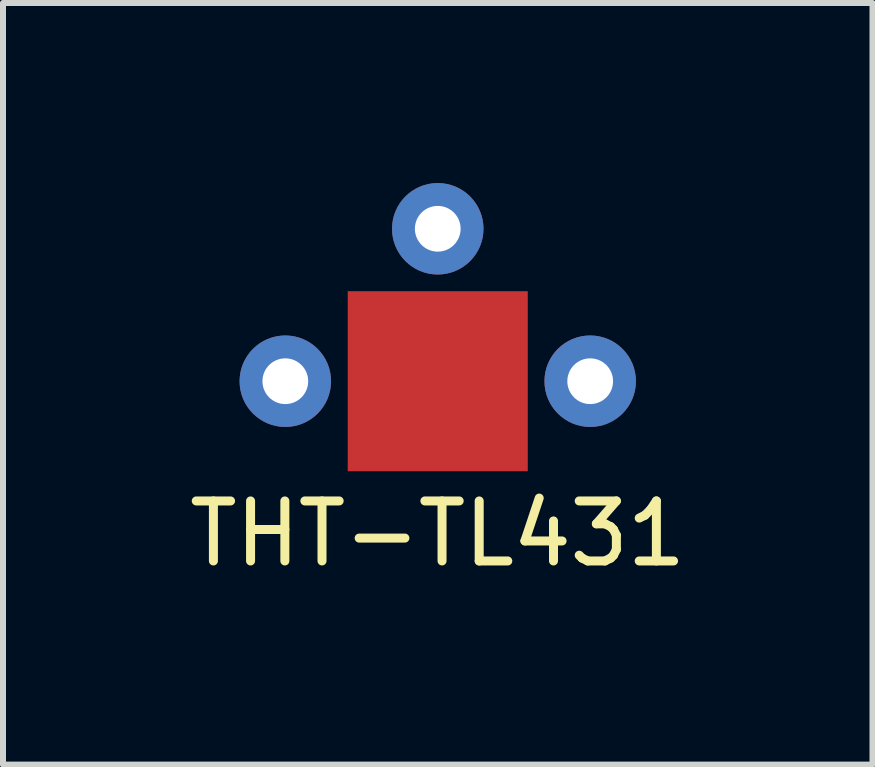
<source format=kicad_pcb>
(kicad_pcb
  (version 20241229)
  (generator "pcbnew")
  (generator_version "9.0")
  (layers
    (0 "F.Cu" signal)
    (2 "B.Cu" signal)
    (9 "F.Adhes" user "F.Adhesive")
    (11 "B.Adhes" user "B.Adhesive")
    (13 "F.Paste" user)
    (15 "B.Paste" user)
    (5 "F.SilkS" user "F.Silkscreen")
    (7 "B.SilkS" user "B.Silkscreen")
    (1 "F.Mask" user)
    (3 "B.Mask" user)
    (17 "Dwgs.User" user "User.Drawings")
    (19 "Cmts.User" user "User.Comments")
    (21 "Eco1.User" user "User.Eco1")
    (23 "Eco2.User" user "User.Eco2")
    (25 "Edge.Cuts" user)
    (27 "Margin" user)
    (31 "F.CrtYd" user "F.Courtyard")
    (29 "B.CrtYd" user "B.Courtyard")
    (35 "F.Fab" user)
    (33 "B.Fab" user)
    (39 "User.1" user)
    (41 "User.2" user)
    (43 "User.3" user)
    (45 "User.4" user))
  (footprint "THT-TL431"
    (layer "F.Cu")
    (at 4.244 3.302)
    (property "Reference" "THT-TL431" (at 0 2.54 0) (layer "F.SilkS") (effects (font (size 1 1) (thickness 0.15))))
    (attr through_hole)
    (pad "" smd rect (at 0 0) (size 3 3) (layers "F.Cu" "F.Mask" "F.Paste"))
    (pad "1" thru_hole circle (at -2.54 0) (size 1.524 1.524) (drill 0.762) (layers "*.Cu" "*.Mask"))
    (pad "2" thru_hole circle (at 2.54 0) (size 1.524 1.524) (drill 0.762) (layers "*.Cu" "*.Mask"))
    (pad "~" thru_hole circle (at 0 -2.54) (size 1.524 1.524) (drill 0.762) (layers "*.Cu" "*.Mask")))
  (gr_rect
    (start -3 -3)
    (end 11.488 9.69)
    (stroke (width 0.1) (type default))
    (fill no)
    (layer "Edge.Cuts")))
</source>
